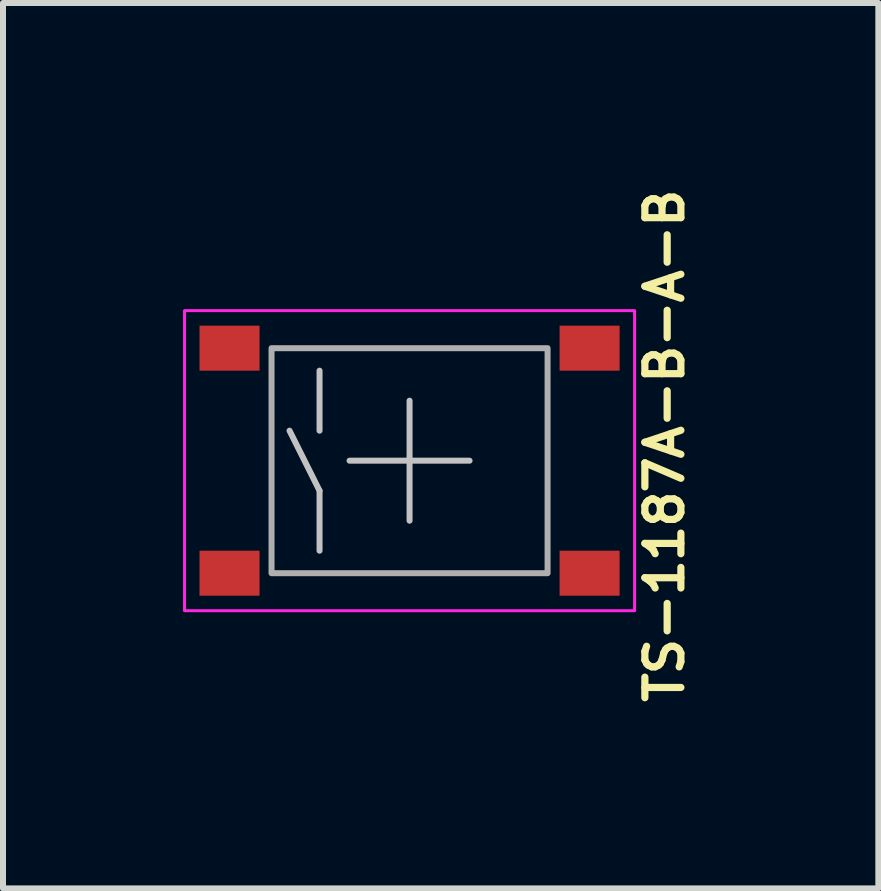
<source format=kicad_pcb>
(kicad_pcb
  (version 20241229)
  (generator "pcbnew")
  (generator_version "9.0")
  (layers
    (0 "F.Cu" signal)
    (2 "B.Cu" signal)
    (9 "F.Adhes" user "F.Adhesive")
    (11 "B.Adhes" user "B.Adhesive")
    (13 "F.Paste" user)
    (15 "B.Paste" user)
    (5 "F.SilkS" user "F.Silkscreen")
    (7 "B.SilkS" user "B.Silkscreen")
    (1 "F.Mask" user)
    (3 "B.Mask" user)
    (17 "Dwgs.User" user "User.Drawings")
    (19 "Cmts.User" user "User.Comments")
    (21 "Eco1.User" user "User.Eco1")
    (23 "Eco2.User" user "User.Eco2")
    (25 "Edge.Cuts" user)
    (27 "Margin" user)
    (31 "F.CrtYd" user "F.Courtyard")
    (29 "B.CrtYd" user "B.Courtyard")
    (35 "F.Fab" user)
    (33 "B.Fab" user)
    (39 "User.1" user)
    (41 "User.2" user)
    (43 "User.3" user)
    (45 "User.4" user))
  (footprint "TS-1187A-B-A-B"
    (layer "F.Cu")
    (at 3.775 4.627)
    (property "Reference" "TS-1187A-B-A-B" (at 4.25 -0.25 90) (layer "F.SilkS") (effects (font (size 0.6 0.6) (thickness 0.12))))
    (attr through_hole)
    (fp_line (start -1.5 -1.5) (end -1.5 -0.5) (stroke (width 0.1) (type solid)) (layer "Dwgs.User"))
    (fp_line (start -1.5 0.5) (end -2 -0.5) (stroke (width 0.1) (type solid)) (layer "Dwgs.User"))
    (fp_line (start -1.5 0.5) (end -1.5 1.5) (stroke (width 0.1) (type solid)) (layer "Dwgs.User"))
    (fp_line (start 0 0) (end -1 0) (stroke (width 0.1) (type solid)) (layer "Dwgs.User"))
    (fp_line (start 0 0) (end 0 -1) (stroke (width 0.1) (type solid)) (layer "Dwgs.User"))
    (fp_line (start 0 0) (end 0 1) (stroke (width 0.1) (type solid)) (layer "Dwgs.User"))
    (fp_line (start 0 0) (end 1 0) (stroke (width 0.1) (type solid)) (layer "Dwgs.User"))
    (fp_rect (start -3.75 -2.5) (end 3.75 2.5) (stroke (width 0.05) (type solid)) (fill no) (layer "F.CrtYd"))
    (fp_rect (start -2.3 -1.875) (end 2.3 1.875) (stroke (width 0.1) (type solid)) (fill no) (layer "F.Fab"))
    (pad "1" smd rect (at -3 -1.875) (size 1 0.75) (layers "F.Cu" "F.Mask" "F.Paste"))
    (pad "1" smd rect (at 3 -1.875) (size 1 0.75) (layers "F.Cu" "F.Mask" "F.Paste"))
    (pad "2" smd rect (at -3 1.875) (size 1 0.75) (layers "F.Cu" "F.Mask" "F.Paste"))
    (pad "2" smd rect (at 3 1.875) (size 1 0.75) (layers "F.Cu" "F.Mask" "F.Paste")))
  (gr_rect
    (start -3 -3)
    (end 11.587 11.754)
    (stroke (width 0.1) (type default))
    (fill no)
    (layer "Edge.Cuts")))
</source>
